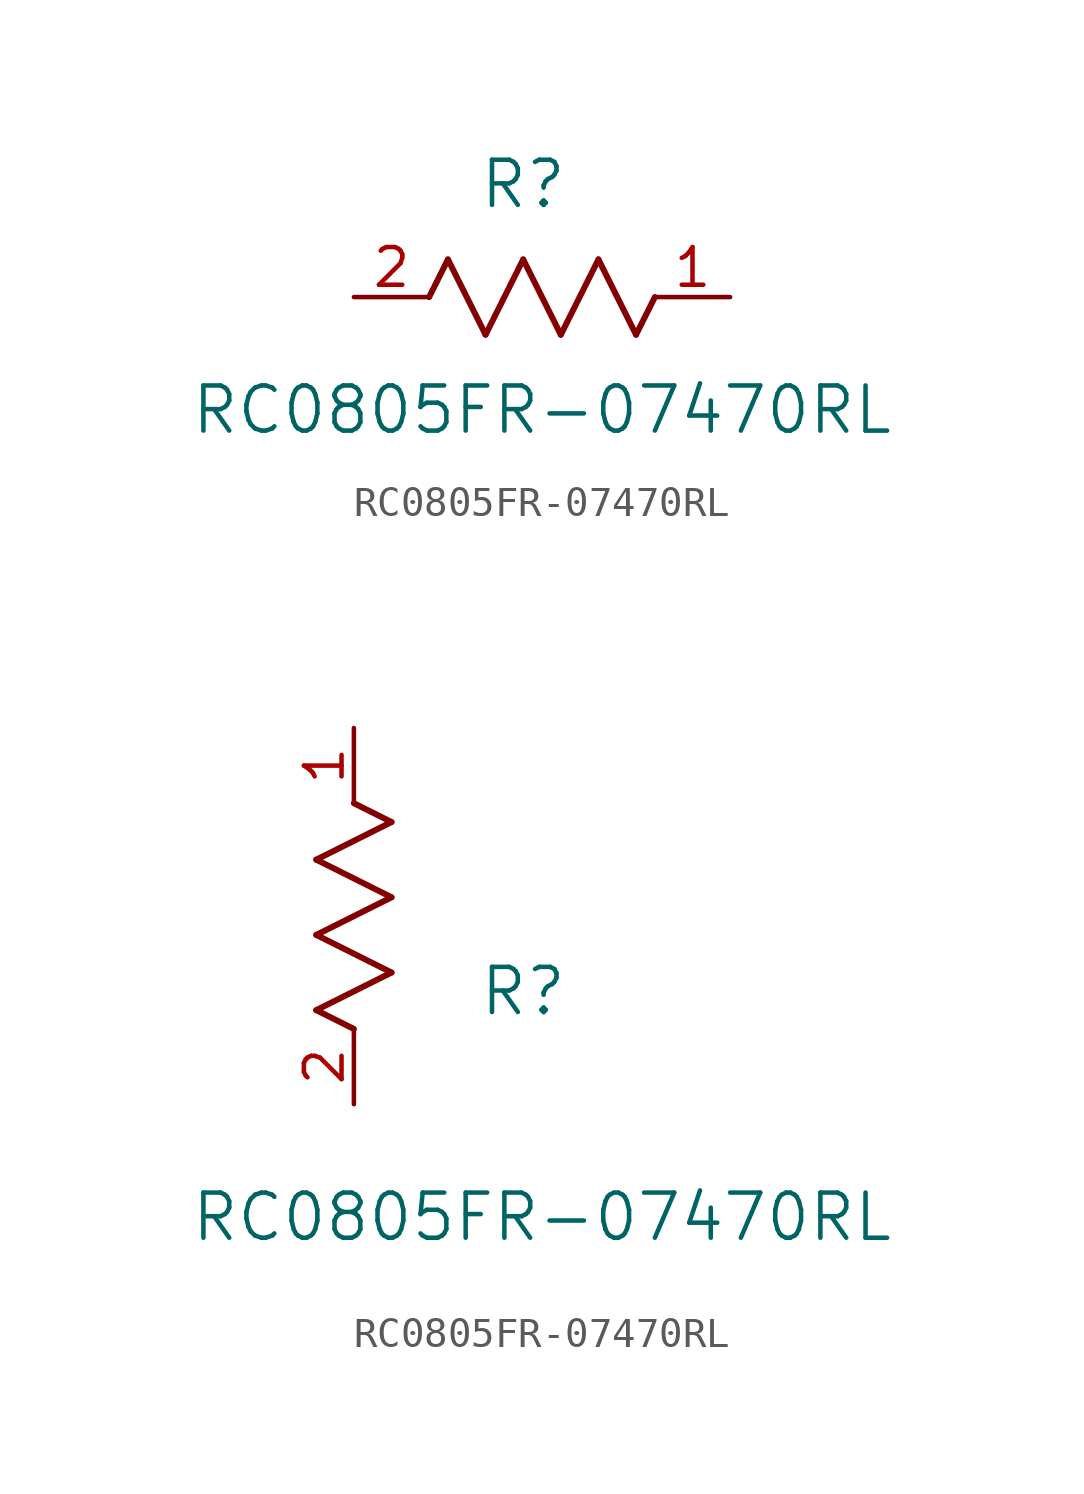
<source format=kicad_sym>
(kicad_symbol_lib
  (version 20211014)
  (generator kicad_symbol_editor)
  (symbol "RC0805FR-07470RL"
    (pin_names
      (offset 0.254))
    (property "Reference" "R"
      (at 5.715 3.81 0)
      (effects (font (size 1.524 1.524))))
    (property "Value" "RC0805FR-07470RL"
      (at 6.35 -3.81 0)
      (effects (font (size 1.524 1.524))))
    (symbol "RC0805FR-07470RL_1_1"
      (polyline (pts (xy 3.175 1.27) (xy 4.445 -1.27)) (stroke (width 0.203) (type default) (color 0 0 0 0)) (fill (type none)))
      (polyline (pts (xy 4.445 -1.27) (xy 5.715 1.27)) (stroke (width 0.203) (type default) (color 0 0 0 0)) (fill (type none)))
      (polyline (pts (xy 5.715 1.27) (xy 6.985 -1.27)) (stroke (width 0.203) (type default) (color 0 0 0 0)) (fill (type none)))
      (polyline (pts (xy 6.985 -1.27) (xy 8.255 1.27)) (stroke (width 0.203) (type default) (color 0 0 0 0)) (fill (type none)))
      (polyline (pts (xy 8.255 1.27) (xy 9.525 -1.27)) (stroke (width 0.203) (type default) (color 0 0 0 0)) (fill (type none)))
      (polyline (pts (xy 2.54 0) (xy 3.175 1.27)) (stroke (width 0.203) (type default) (color 0 0 0 0)) (fill (type none)))
      (polyline (pts (xy 9.525 -1.27) (xy 10.16 0)) (stroke (width 0.203) (type default) (color 0 0 0 0)) (fill (type none)))
      (pin unspecified line (at 12.7 0 180) (length 2.54) (name "" (effects (font (size 1.27 1.27)))) (number "1" (effects (font (size 1.27 1.27)))))
      (pin unspecified line (at 0 0 0) (length 2.54) (name "" (effects (font (size 1.27 1.27)))) (number "2" (effects (font (size 1.27 1.27))))))
    (symbol "RC0805FR-07470RL_1_2"
      (polyline (pts (xy 0 2.54) (xy -1.27 3.175)) (stroke (width 0.203) (type default) (color 0 0 0 0)) (fill (type none)))
      (polyline (pts (xy -1.27 3.175) (xy 1.27 4.445)) (stroke (width 0.203) (type default) (color 0 0 0 0)) (fill (type none)))
      (polyline (pts (xy 1.27 4.445) (xy -1.27 5.715)) (stroke (width 0.203) (type default) (color 0 0 0 0)) (fill (type none)))
      (polyline (pts (xy -1.27 5.715) (xy 1.27 6.985)) (stroke (width 0.203) (type default) (color 0 0 0 0)) (fill (type none)))
      (polyline (pts (xy -1.27 8.255) (xy 1.27 9.525)) (stroke (width 0.203) (type default) (color 0 0 0 0)) (fill (type none)))
      (polyline (pts (xy 1.27 9.525) (xy 0 10.16)) (stroke (width 0.203) (type default) (color 0 0 0 0)) (fill (type none)))
      (polyline (pts (xy 1.27 6.985) (xy -1.27 8.255)) (stroke (width 0.203) (type default) (color 0 0 0 0)) (fill (type none)))
      (pin unspecified line (at 0 12.7 270) (length 2.54) (name "" (effects (font (size 1.27 1.27)))) (number "1" (effects (font (size 1.27 1.27)))))
      (pin unspecified line (at 0 0 90) (length 2.54) (name "" (effects (font (size 1.27 1.27)))) (number "2" (effects (font (size 1.27 1.27))))))))
</source>
